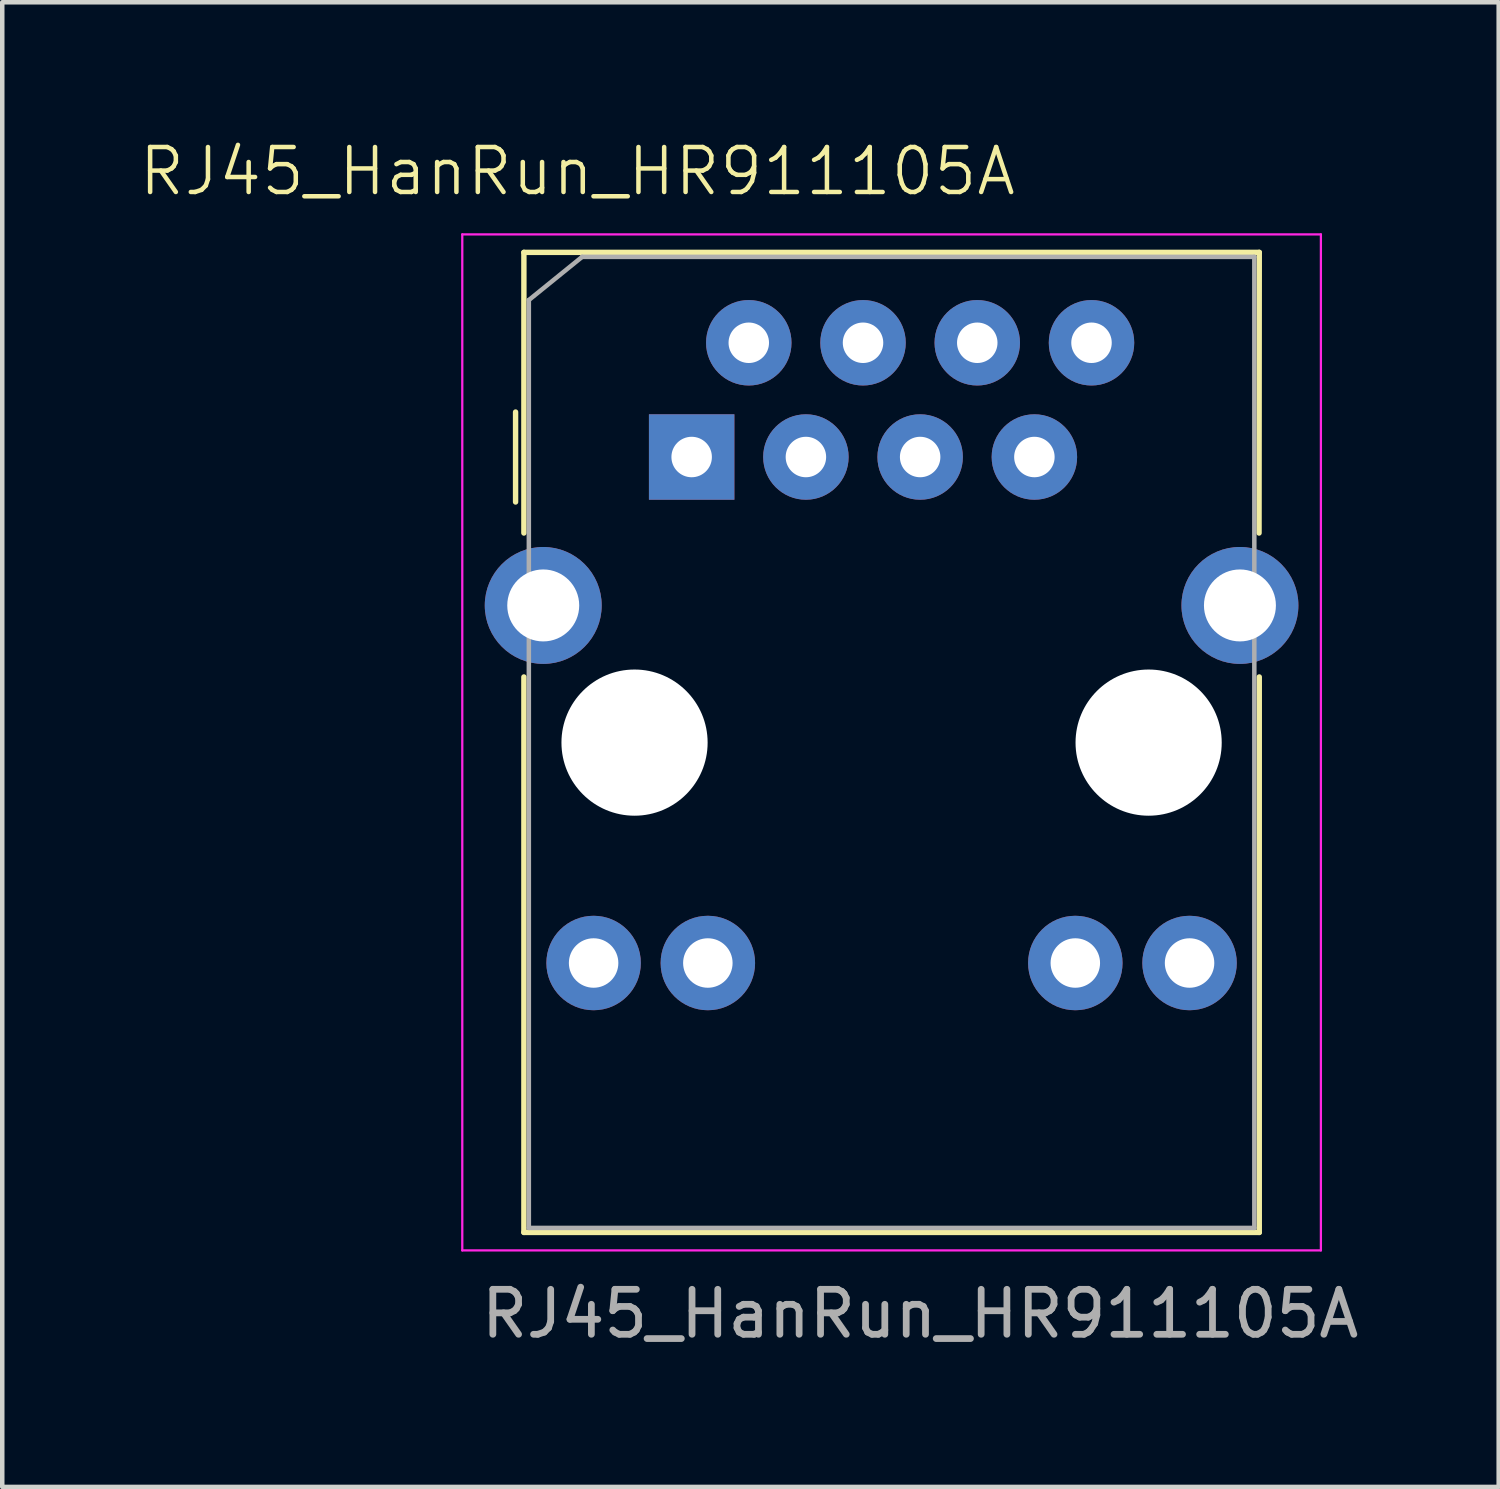
<source format=kicad_pcb>
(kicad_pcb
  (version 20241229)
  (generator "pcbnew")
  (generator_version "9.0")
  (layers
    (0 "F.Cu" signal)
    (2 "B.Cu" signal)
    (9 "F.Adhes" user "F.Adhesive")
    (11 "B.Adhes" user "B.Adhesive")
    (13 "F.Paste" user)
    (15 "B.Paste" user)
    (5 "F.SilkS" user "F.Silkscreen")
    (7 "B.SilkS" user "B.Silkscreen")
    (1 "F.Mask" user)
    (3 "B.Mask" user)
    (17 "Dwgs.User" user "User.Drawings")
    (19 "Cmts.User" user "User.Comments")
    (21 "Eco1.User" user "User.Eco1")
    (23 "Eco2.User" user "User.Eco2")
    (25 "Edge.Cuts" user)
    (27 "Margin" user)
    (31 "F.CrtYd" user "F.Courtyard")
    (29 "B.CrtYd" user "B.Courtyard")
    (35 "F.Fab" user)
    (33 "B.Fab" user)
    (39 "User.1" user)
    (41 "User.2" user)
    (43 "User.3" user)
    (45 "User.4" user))
  (footprint "RJ45_HanRun_HR911105A"
    (layer "F.Cu")
    (at 12.328 7.111)
    (property "Reference" "RJ45_HanRun_HR911105A" (at -2.54 -6.35 0) (unlocked yes) (layer "F.SilkS") (effects (font (size 1 1) (thickness 0.1))))
    (attr smd)
    (fp_line (start -3.915 -1) (end -3.915 1) (stroke (width 0.12) (type solid)) (layer "F.SilkS"))
    (fp_line (start -3.73 -4.55) (end 12.62 -4.55) (stroke (width 0.12) (type solid)) (layer "F.SilkS"))
    (fp_line (start -3.73 1.69) (end -3.73 -4.55) (stroke (width 0.12) (type solid)) (layer "F.SilkS"))
    (fp_line (start -3.73 17.24) (end -3.73 4.89) (stroke (width 0.12) (type solid)) (layer "F.SilkS"))
    (fp_line (start 12.62 -4.55) (end 12.615 1.69) (stroke (width 0.12) (type solid)) (layer "F.SilkS"))
    (fp_line (start 12.62 4.89) (end 12.62 17.24) (stroke (width 0.12) (type solid)) (layer "F.SilkS"))
    (fp_line (start 12.62 17.24) (end -3.73 17.24) (stroke (width 0.12) (type solid)) (layer "F.SilkS"))
    (fp_line (start -5.1 -4.95) (end -5.1 17.64) (stroke (width 0.05) (type solid)) (layer "F.CrtYd"))
    (fp_line (start -5.1 17.64) (end 13.99 17.64) (stroke (width 0.05) (type solid)) (layer "F.CrtYd"))
    (fp_line (start 13.99 -4.95) (end -5.1 -4.95) (stroke (width 0.05) (type solid)) (layer "F.CrtYd"))
    (fp_line (start 13.99 17.64) (end 13.99 -4.95) (stroke (width 0.05) (type solid)) (layer "F.CrtYd"))
    (fp_line (start -3.62 -3.49) (end -2.435 -4.45) (stroke (width 0.1) (type solid)) (layer "F.Fab"))
    (fp_line (start -3.62 17.14) (end -3.62 -3.49) (stroke (width 0.1) (type solid)) (layer "F.Fab"))
    (fp_line (start -2.435 -4.45) (end 12.51 -4.45) (stroke (width 0.1) (type solid)) (layer "F.Fab"))
    (fp_line (start 12.51 -4.45) (end 12.51 17.14) (stroke (width 0.1) (type solid)) (layer "F.Fab"))
    (fp_line (start 12.51 17.14) (end -3.62 17.14) (stroke (width 0.1) (type solid)) (layer "F.Fab"))
    (fp_text user "${REFERENCE}" (at 5.08 19.05 0) (unlocked yes) (layer "F.Fab") (effects (font (size 1 1) (thickness 0.15))))
    (pad "" np_thru_hole circle (at -1.27 6.35) (size 3.25 3.25) (drill 3.25) (layers "*.Cu" "*.Mask"))
    (pad "" np_thru_hole circle (at 10.16 6.35) (size 3.25 3.25) (drill 3.25) (layers "*.Cu" "*.Mask"))
    (pad "1" thru_hole rect (at 0 0) (size 1.9 1.9) (drill 0.9) (layers "*.Cu" "*.Mask"))
    (pad "2" thru_hole circle (at 1.27 -2.54) (size 1.9 1.9) (drill 0.9) (layers "*.Cu" "*.Mask"))
    (pad "3" thru_hole circle (at 2.54 0) (size 1.9 1.9) (drill 0.9) (layers "*.Cu" "*.Mask"))
    (pad "4" thru_hole circle (at 3.81 -2.54) (size 1.9 1.9) (drill 0.9) (layers "*.Cu" "*.Mask"))
    (pad "5" thru_hole circle (at 5.08 0) (size 1.9 1.9) (drill 0.9) (layers "*.Cu" "*.Mask"))
    (pad "6" thru_hole circle (at 6.35 -2.54) (size 1.9 1.9) (drill 0.9) (layers "*.Cu" "*.Mask"))
    (pad "7" thru_hole circle (at 7.62 0) (size 1.9 1.9) (drill 0.9) (layers "*.Cu" "*.Mask"))
    (pad "8" thru_hole circle (at 8.89 -2.54) (size 1.9 1.9) (drill 0.9) (layers "*.Cu" "*.Mask"))
    (pad "9" thru_hole circle (at -2.18 11.25) (size 2.1 2.1) (drill 1.1) (layers "*.Cu" "*.Mask"))
    (pad "10" thru_hole circle (at 0.36 11.25) (size 2.1 2.1) (drill 1.1) (layers "*.Cu" "*.Mask"))
    (pad "11" thru_hole circle (at 8.53 11.25) (size 2.1 2.1) (drill 1.1) (layers "*.Cu" "*.Mask"))
    (pad "12" thru_hole circle (at 11.07 11.25) (size 2.1 2.1) (drill 1.1) (layers "*.Cu" "*.Mask"))
    (pad "13" thru_hole circle (at -3.3 3.3) (size 2.6 2.6) (drill 1.6) (layers "*.Cu" "*.Mask"))
    (pad "14" thru_hole circle (at 12.19 3.3) (size 2.6 2.6) (drill 1.6) (layers "*.Cu" "*.Mask")))
  (gr_rect
    (start -3 -3)
    (end 30.271 30.009)
    (stroke (width 0.1) (type default))
    (fill no)
    (layer "Edge.Cuts")))
</source>
